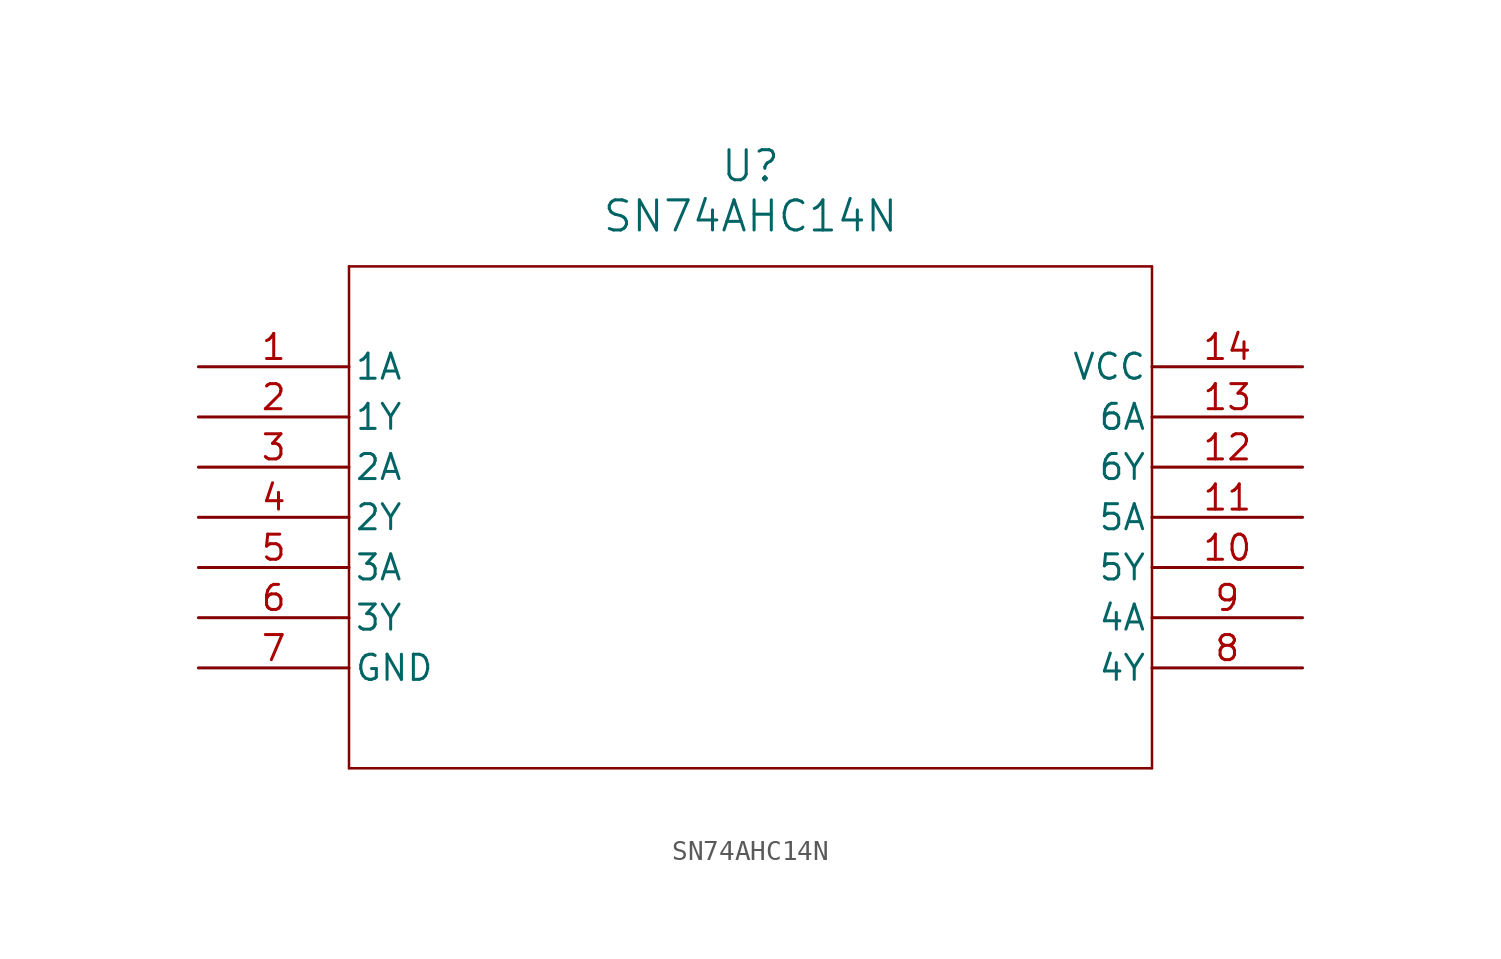
<source format=kicad_sym>
(kicad_symbol_lib
  (version 20211014)
  (generator kicad_symbol_editor)
  (symbol "SN74AHC14N"
    (pin_names
      (offset 0.254))
    (property "Reference" "U"
      (at 27.94 10.16 0)
      (effects (font (size 1.524 1.524))))
    (property "Value" "SN74AHC14N"
      (at 27.94 7.62 0)
      (effects (font (size 1.524 1.524))))
    (symbol "SN74AHC14N_0_1"
      (polyline (pts (xy 7.62 5.08) (xy 7.62 -20.32)) (stroke (width 0.127) (type default) (color 0 0 0 0)) (fill (type none)))
      (polyline (pts (xy 7.62 -20.32) (xy 48.26 -20.32)) (stroke (width 0.127) (type default) (color 0 0 0 0)) (fill (type none)))
      (polyline (pts (xy 48.26 -20.32) (xy 48.26 5.08)) (stroke (width 0.127) (type default) (color 0 0 0 0)) (fill (type none)))
      (polyline (pts (xy 48.26 5.08) (xy 7.62 5.08)) (stroke (width 0.127) (type default) (color 0 0 0 0)) (fill (type none)))
      (pin input line (at 0 0 0) (length 7.62) (name "1A" (effects (font (size 1.27 1.27)))) (number "1" (effects (font (size 1.27 1.27)))))
      (pin output line (at 0 -2.54 0) (length 7.62) (name "1Y" (effects (font (size 1.27 1.27)))) (number "2" (effects (font (size 1.27 1.27)))))
      (pin input line (at 0 -5.08 0) (length 7.62) (name "2A" (effects (font (size 1.27 1.27)))) (number "3" (effects (font (size 1.27 1.27)))))
      (pin output line (at 0 -7.62 0) (length 7.62) (name "2Y" (effects (font (size 1.27 1.27)))) (number "4" (effects (font (size 1.27 1.27)))))
      (pin input line (at 0 -10.16 0) (length 7.62) (name "3A" (effects (font (size 1.27 1.27)))) (number "5" (effects (font (size 1.27 1.27)))))
      (pin output line (at 0 -12.7 0) (length 7.62) (name "3Y" (effects (font (size 1.27 1.27)))) (number "6" (effects (font (size 1.27 1.27)))))
      (pin power_in line (at 0 -15.24 0) (length 7.62) (name "GND" (effects (font (size 1.27 1.27)))) (number "7" (effects (font (size 1.27 1.27)))))
      (pin output line (at 55.88 -15.24 180) (length 7.62) (name "4Y" (effects (font (size 1.27 1.27)))) (number "8" (effects (font (size 1.27 1.27)))))
      (pin input line (at 55.88 -12.7 180) (length 7.62) (name "4A" (effects (font (size 1.27 1.27)))) (number "9" (effects (font (size 1.27 1.27)))))
      (pin output line (at 55.88 -10.16 180) (length 7.62) (name "5Y" (effects (font (size 1.27 1.27)))) (number "10" (effects (font (size 1.27 1.27)))))
      (pin input line (at 55.88 -7.62 180) (length 7.62) (name "5A" (effects (font (size 1.27 1.27)))) (number "11" (effects (font (size 1.27 1.27)))))
      (pin output line (at 55.88 -5.08 180) (length 7.62) (name "6Y" (effects (font (size 1.27 1.27)))) (number "12" (effects (font (size 1.27 1.27)))))
      (pin input line (at 55.88 -2.54 180) (length 7.62) (name "6A" (effects (font (size 1.27 1.27)))) (number "13" (effects (font (size 1.27 1.27)))))
      (pin power_in line (at 55.88 0 180) (length 7.62) (name "VCC" (effects (font (size 1.27 1.27)))) (number "14" (effects (font (size 1.27 1.27))))))))
</source>
